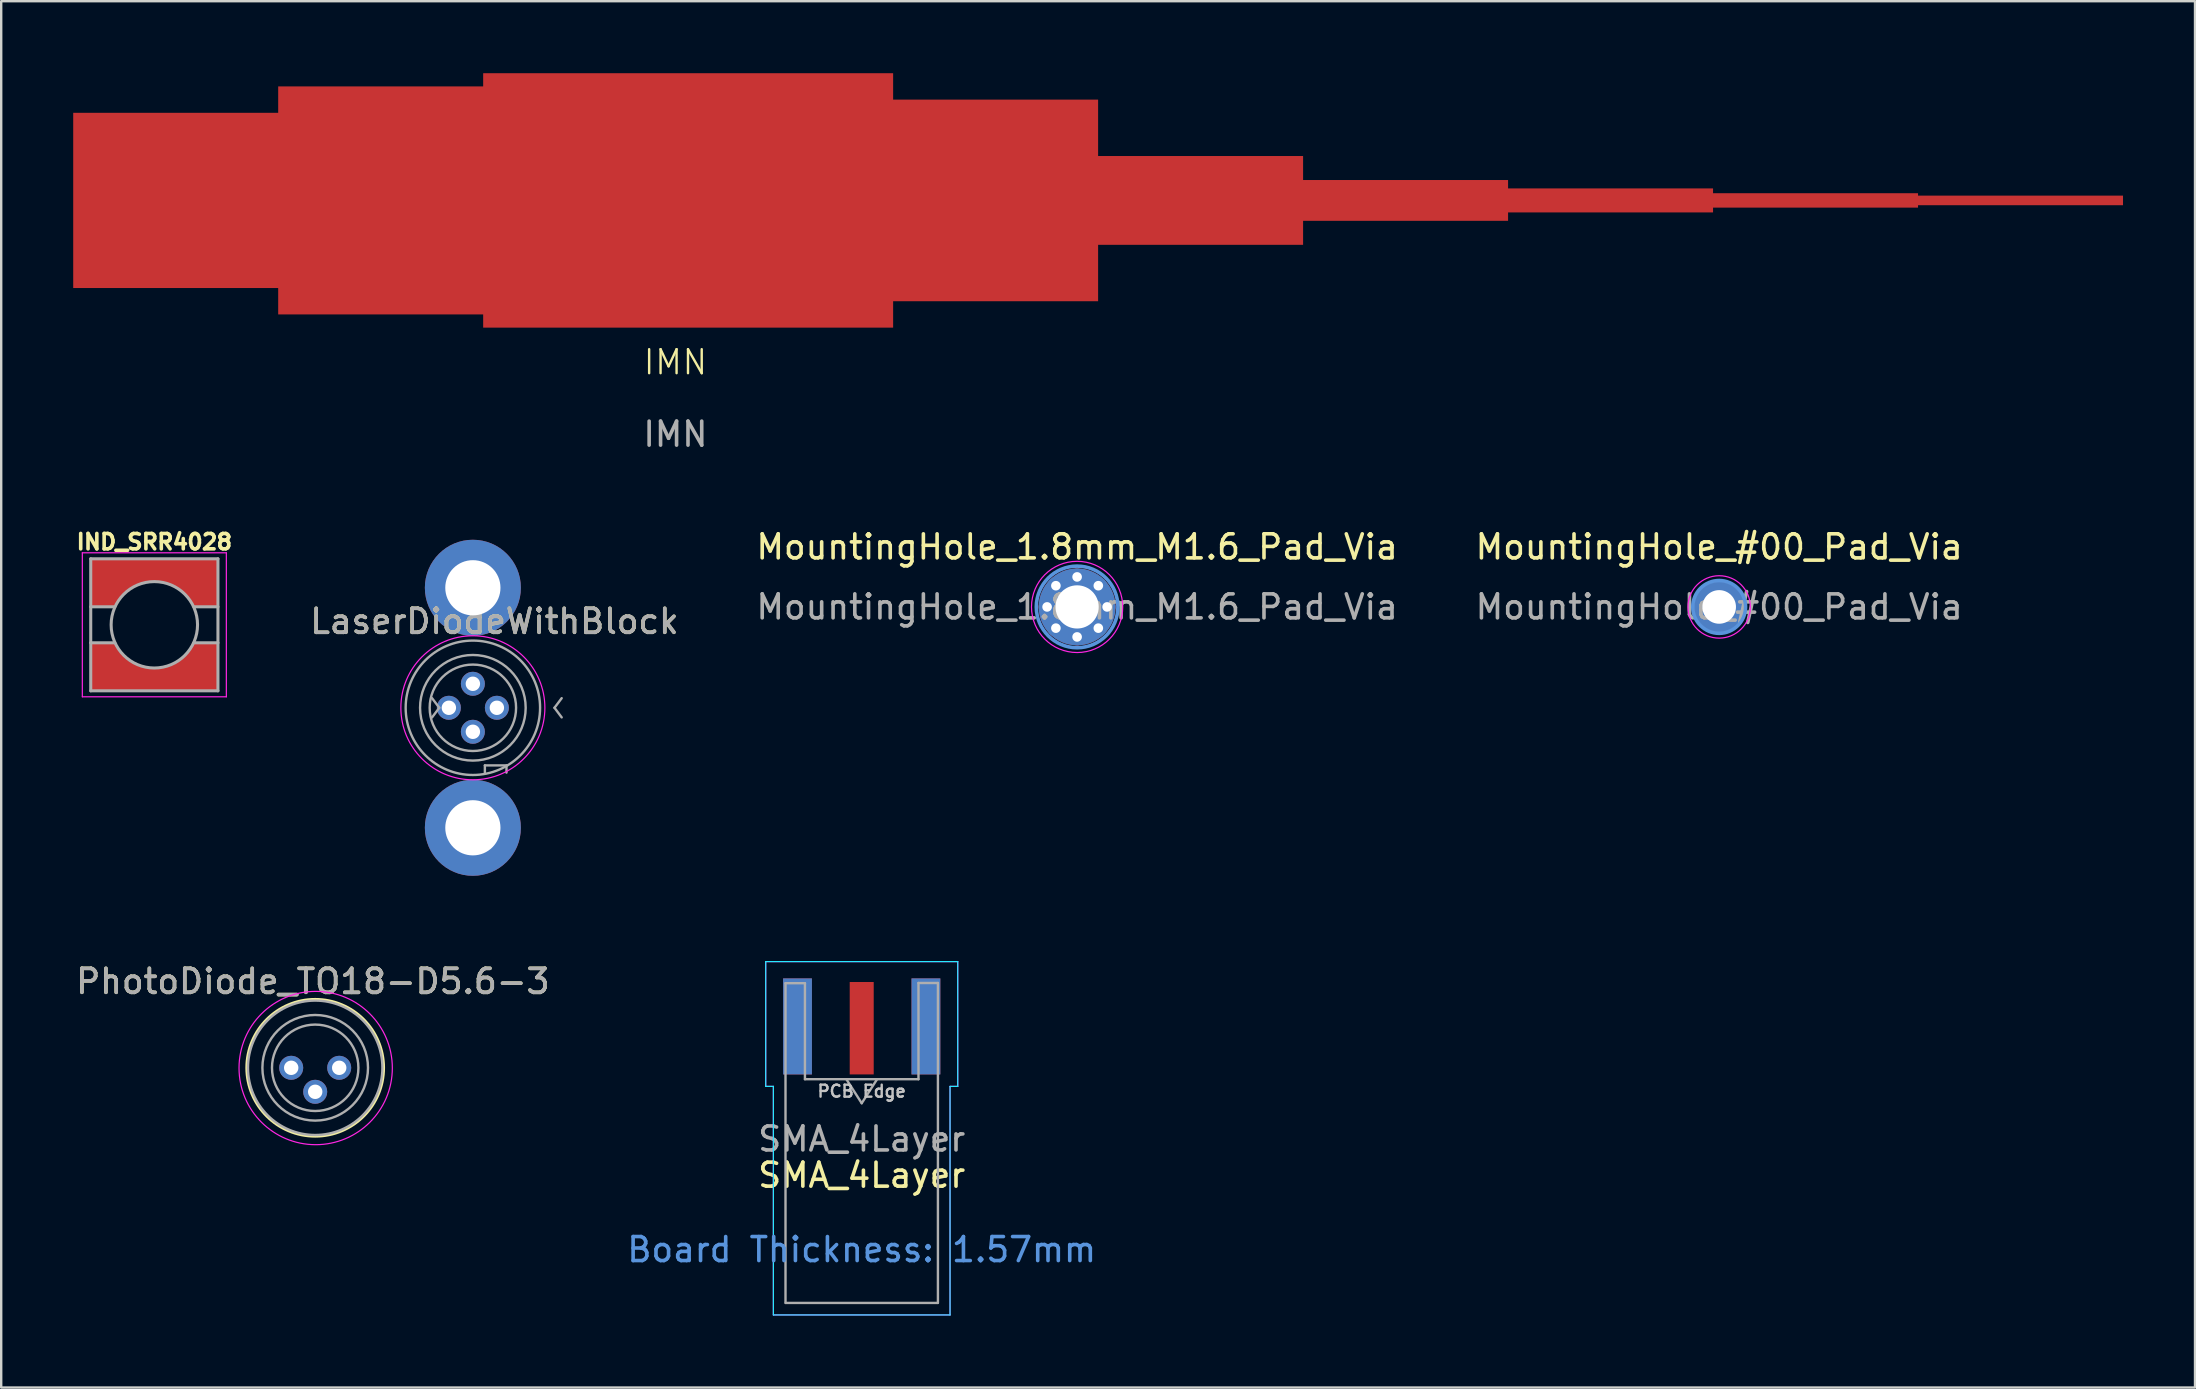
<source format=kicad_pcb>
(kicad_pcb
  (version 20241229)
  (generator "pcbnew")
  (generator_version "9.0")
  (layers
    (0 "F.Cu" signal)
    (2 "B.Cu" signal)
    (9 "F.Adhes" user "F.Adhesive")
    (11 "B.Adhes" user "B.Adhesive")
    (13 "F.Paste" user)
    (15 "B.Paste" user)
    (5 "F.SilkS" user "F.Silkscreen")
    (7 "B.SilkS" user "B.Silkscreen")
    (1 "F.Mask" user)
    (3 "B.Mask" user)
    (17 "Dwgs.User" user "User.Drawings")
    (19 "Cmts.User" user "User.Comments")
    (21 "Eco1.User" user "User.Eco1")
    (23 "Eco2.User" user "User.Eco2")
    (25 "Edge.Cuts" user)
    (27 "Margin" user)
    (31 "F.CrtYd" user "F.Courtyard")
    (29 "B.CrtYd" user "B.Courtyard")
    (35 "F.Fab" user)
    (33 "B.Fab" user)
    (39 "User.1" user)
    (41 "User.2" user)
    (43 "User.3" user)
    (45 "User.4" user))
  (footprint "IND_SRR4028"
    (layer "F.Cu")
    (at 3.38 22.981)
    (property "Reference" "IND_SRR4028" (at 0 -3.454 0) (layer "F.SilkS") (effects (font (size 0.641 0.641) (thickness 0.15))))
    (attr smd)
    (fp_line (start -3 -3) (end -3 3) (stroke (width 0.05) (type solid)) (layer "F.CrtYd"))
    (fp_line (start -3 3) (end 3 3) (stroke (width 0.05) (type solid)) (layer "F.CrtYd"))
    (fp_line (start 3 -3) (end -3 -3) (stroke (width 0.05) (type solid)) (layer "F.CrtYd"))
    (fp_line (start 3 3) (end 3 -3) (stroke (width 0.05) (type solid)) (layer "F.CrtYd"))
    (fp_line (start -2.65 -2.75) (end 2.65 -2.75) (stroke (width 0.127) (type solid)) (layer "F.Fab"))
    (fp_line (start -2.65 2.75) (end -2.65 -2.75) (stroke (width 0.127) (type solid)) (layer "F.Fab"))
    (fp_line (start -1.65 -0.75) (end -2.65 -0.75) (stroke (width 0.127) (type solid)) (layer "F.Fab"))
    (fp_line (start -1.65 0.75) (end -2.65 0.75) (stroke (width 0.127) (type solid)) (layer "F.Fab"))
    (fp_line (start 2.65 -2.75) (end 2.65 2.75) (stroke (width 0.127) (type solid)) (layer "F.Fab"))
    (fp_line (start 2.65 -0.75) (end 1.65 -0.75) (stroke (width 0.127) (type solid)) (layer "F.Fab"))
    (fp_line (start 2.65 0.75) (end 1.65 0.75) (stroke (width 0.127) (type solid)) (layer "F.Fab"))
    (fp_line (start 2.65 2.75) (end -2.65 2.75) (stroke (width 0.127) (type solid)) (layer "F.Fab"))
    (fp_circle (center 0 0) (end 1.8 0) (stroke (width 0.127) (type solid)) (fill no) (layer "F.Fab"))
    (pad "1" smd custom (at 0 -2.295) (size 0.5 0.5) (layers "F.Cu" "F.Mask" "F.Paste") (options (anchor rect)) (primitives (gr_poly (pts (xy -1.65 1.545) (xy -2.65 1.545) (xy -2.65 -0.455) (xy 2.65 -0.455) (xy 2.65 1.545) (xy 1.65 1.545) (xy 1.62 1.484) (xy 1.588 1.423) (xy 1.553 1.364) (xy 1.516 1.306) (xy 1.476 1.25) (xy 1.435 1.194) (xy 1.392 1.141) (xy 1.346 1.089) (xy 1.299 1.039) (xy 1.25 0.991) (xy 1.199 0.945) (xy 1.146 0.901) (xy 1.092 0.858) (xy 1.036 0.818) (xy 0.979 0.78) (xy 0.92 0.744) (xy 0.86 0.711) (xy 0.799 0.679) (xy 0.736 0.65) (xy 0.673 0.624) (xy 0.608 0.599) (xy 0.543 0.578) (xy 0.477 0.558) (xy 0.41 0.542) (xy 0.343 0.527) (xy 0.275 0.516) (xy 0.207 0.507) (xy 0.138 0.5) (xy 0.07 0.496) (xy 0 0.495) (xy -0.07 0.496) (xy -0.138 0.5) (xy -0.207 0.507) (xy -0.275 0.516) (xy -0.343 0.527) (xy -0.41 0.542) (xy -0.477 0.558) (xy -0.543 0.578) (xy -0.608 0.599) (xy -0.673 0.624) (xy -0.736 0.65) (xy -0.799 0.679) (xy -0.86 0.711) (xy -0.92 0.744) (xy -0.979 0.78) (xy -1.036 0.818) (xy -1.092 0.858) (xy -1.146 0.901) (xy -1.199 0.945) (xy -1.25 0.991) (xy -1.299 1.039) (xy -1.346 1.089) (xy -1.392 1.141) (xy -1.435 1.194) (xy -1.476 1.25) (xy -1.516 1.306) (xy -1.553 1.364) (xy -1.588 1.423) (xy -1.62 1.484) (xy -1.65 1.545)) (width 0) (fill yes))))
    (pad "2" smd custom (at 0 2.295) (size 0.5 0.5) (layers "F.Cu" "F.Mask" "F.Paste") (options (anchor rect)) (primitives (gr_poly (pts (xy 1.65 -1.545) (xy 2.65 -1.545) (xy 2.65 0.455) (xy -2.65 0.455) (xy -2.65 -1.545) (xy -1.65 -1.545) (xy -1.62 -1.484) (xy -1.588 -1.423) (xy -1.553 -1.364) (xy -1.516 -1.306) (xy -1.476 -1.25) (xy -1.435 -1.194) (xy -1.392 -1.141) (xy -1.346 -1.089) (xy -1.299 -1.039) (xy -1.25 -0.991) (xy -1.199 -0.945) (xy -1.146 -0.901) (xy -1.092 -0.858) (xy -1.036 -0.818) (xy -0.979 -0.78) (xy -0.92 -0.744) (xy -0.86 -0.711) (xy -0.799 -0.679) (xy -0.736 -0.65) (xy -0.673 -0.624) (xy -0.608 -0.599) (xy -0.543 -0.578) (xy -0.477 -0.558) (xy -0.41 -0.542) (xy -0.343 -0.527) (xy -0.275 -0.516) (xy -0.207 -0.507) (xy -0.138 -0.5) (xy -0.07 -0.496) (xy 0 -0.495) (xy 0.07 -0.496) (xy 0.138 -0.5) (xy 0.207 -0.507) (xy 0.275 -0.516) (xy 0.343 -0.527) (xy 0.41 -0.542) (xy 0.477 -0.558) (xy 0.543 -0.578) (xy 0.608 -0.599) (xy 0.673 -0.624) (xy 0.736 -0.65) (xy 0.799 -0.679) (xy 0.86 -0.711) (xy 0.92 -0.744) (xy 0.979 -0.78) (xy 1.036 -0.818) (xy 1.092 -0.858) (xy 1.146 -0.901) (xy 1.199 -0.945) (xy 1.25 -0.991) (xy 1.299 -1.039) (xy 1.346 -1.089) (xy 1.392 -1.141) (xy 1.435 -1.194) (xy 1.476 -1.25) (xy 1.516 -1.306) (xy 1.553 -1.364) (xy 1.588 -1.423) (xy 1.62 -1.484) (xy 1.65 -1.545)) (width 0) (fill yes)))))
  (footprint "MountingHole_#00_Pad_Via"
    (layer "F.Cu")
    (at 68.575 22.236)
    (property "Reference" "MountingHole_#00_Pad_Via" (at 0 -2.5 0) (layer "F.SilkS") (effects (font (size 1 1) (thickness 0.15))))
    (attr exclude_from_pos_files exclude_from_bom)
    (fp_circle (center 0 0) (end 1.1 0) (stroke (width 0.15) (type solid)) (fill no) (layer "Cmts.User"))
    (fp_circle (center 0 0) (end 1.3 0) (stroke (width 0.05) (type solid)) (fill no) (layer "F.CrtYd"))
    (fp_text user "${REFERENCE}" (at 0 0 0) (layer "F.Fab") (effects (font (size 1 1) (thickness 0.15))))
    (pad "1" thru_hole circle (at 0 0) (size 2.1 2.1) (drill 1.4) (layers "*.Cu" "*.Mask")))
  (footprint "MountingHole_1.8mm_M1.6_Pad_Via"
    (layer "F.Cu")
    (at 41.825 22.236)
    (property "Reference" "MountingHole_1.8mm_M1.6_Pad_Via" (at 0 -2.5 0) (layer "F.SilkS") (effects (font (size 1 1) (thickness 0.15))))
    (attr exclude_from_pos_files exclude_from_bom)
    (fp_circle (center 0 0) (end 1.7 0) (stroke (width 0.15) (type solid)) (fill no) (layer "Cmts.User"))
    (fp_circle (center 0 0) (end 1.9 0) (stroke (width 0.05) (type solid)) (fill no) (layer "F.CrtYd"))
    (fp_text user "${REFERENCE}" (at 0 0 0) (layer "F.Fab") (effects (font (size 1 1) (thickness 0.15))))
    (pad "1" thru_hole circle (at -1.25 0) (size 0.7 0.7) (drill 0.4) (layers "*.Cu" "*.Mask"))
    (pad "1" thru_hole circle (at -0.884 -0.884) (size 0.7 0.7) (drill 0.4) (layers "*.Cu" "*.Mask"))
    (pad "1" thru_hole circle (at -0.884 0.884) (size 0.7 0.7) (drill 0.4) (layers "*.Cu" "*.Mask"))
    (pad "1" thru_hole circle (at 0 -1.25) (size 0.7 0.7) (drill 0.4) (layers "*.Cu" "*.Mask"))
    (pad "1" thru_hole circle (at 0 0) (size 3.2 3.2) (drill 1.8) (layers "*.Cu" "*.Mask"))
    (pad "1" thru_hole circle (at 0 1.25) (size 0.7 0.7) (drill 0.4) (layers "*.Cu" "*.Mask"))
    (pad "1" thru_hole circle (at 0.884 -0.884) (size 0.7 0.7) (drill 0.4) (layers "*.Cu" "*.Mask"))
    (pad "1" thru_hole circle (at 0.884 0.884) (size 0.7 0.7) (drill 0.4) (layers "*.Cu" "*.Mask"))
    (pad "1" thru_hole circle (at 1.25 0) (size 0.7 0.7) (drill 0.4) (layers "*.Cu" "*.Mask")))
  (footprint "IMN"
    (layer "F.Cu")
    (at 25.08 5.3)
    (property "Reference" "IMN" (at 0.01 6.74 0) (unlocked yes) (layer "F.SilkS") (effects (font (size 1 1) (thickness 0.1))))
    (attr smd)
    (fp_poly (pts (xy -25.08 3.65) (xy -25.08 -3.65) (xy -16.54 -3.65) (xy -16.54 -4.75) (xy -8 -4.75) (xy -8 -5.3) (xy 9.08 -5.3) (xy 9.08 -4.2) (xy 17.62 -4.2) (xy 17.62 -1.85) (xy 26.16 -1.85) (xy 26.16 -0.85) (xy 34.7 -0.85) (xy 34.7 -0.5) (xy 43.24 -0.5) (xy 43.24 -0.3) (xy 51.78 -0.3) (xy 51.78 -0.2) (xy 60.32 -0.2) (xy 60.32 0.2) (xy 51.78 0.2) (xy 51.78 0.3) (xy 43.24 0.3) (xy 43.24 0.5) (xy 34.7 0.5) (xy 34.7 0.85) (xy 26.16 0.85) (xy 26.16 1.85) (xy 17.62 1.85) (xy 17.62 4.2) (xy 9.08 4.2) (xy 9.08 5.3) (xy -8 5.3) (xy -8 4.75) (xy -16.54 4.75) (xy -16.54 3.65)) (stroke (width 0) (type solid)) (fill yes) (layer "F.Cu"))
    (fp_text user "${REFERENCE}" (at 0.01 9.74 0) (unlocked yes) (layer "F.Fab") (effects (font (size 1 1) (thickness 0.15)))))
  (footprint "LaserDiodeWithBlock"
    (layer "F.Cu")
    (at 16.651 26.438)
    (property "Reference" "LaserDiodeWithBlock" (at 0.9 -3.6 0) (layer "F.SilkS") (effects (font (size 1 1) (thickness 0.15))))
    (attr through_hole)
    (fp_circle (center 0 0) (end 3 0) (stroke (width 0.05) (type solid)) (fill no) (layer "F.CrtYd"))
    (fp_line (start -1.4 0) (end -1.7 -0.4) (stroke (width 0.1) (type solid)) (layer "F.Fab"))
    (fp_line (start -1.4 0) (end -1.7 0.4) (stroke (width 0.1) (type solid)) (layer "F.Fab"))
    (fp_line (start 0.5 2.4) (end 1.4 2.4) (stroke (width 0.1) (type solid)) (layer "F.Fab"))
    (fp_line (start 0.5 2.7) (end 0.5 2.4) (stroke (width 0.1) (type solid)) (layer "F.Fab"))
    (fp_line (start 1.4 2.4) (end 1.4 2.7) (stroke (width 0.1) (type solid)) (layer "F.Fab"))
    (fp_line (start 3.4 0) (end 3.7 0.4) (stroke (width 0.1) (type solid)) (layer "F.Fab"))
    (fp_line (start 3.7 -0.4) (end 3.4 0) (stroke (width 0.1) (type solid)) (layer "F.Fab"))
    (fp_circle (center 0 0) (end 1.8 0) (stroke (width 0.1) (type solid)) (fill no) (layer "F.Fab"))
    (fp_circle (center 0 0) (end 2.2 0) (stroke (width 0.1) (type solid)) (fill no) (layer "F.Fab"))
    (fp_circle (center 0 0) (end 2.8 0) (stroke (width 0.1) (type solid)) (fill no) (layer "F.Fab"))
    (fp_rect (start -4 -7.5) (end 4 7.5) (stroke (width 0.1) (type default)) (fill no) (layer "User.1"))
    (fp_text user "${REFERENCE}" (at 0.9 -3.6 0) (layer "F.Fab") (effects (font (size 1 1) (thickness 0.15))))
    (pad "1" thru_hole circle (at 0 -5) (size 4 4) (drill 2.3) (layers "*.Cu" "*.Mask"))
    (pad "1" thru_hole circle (at 0 1) (size 1 1) (drill 0.6) (layers "*.Cu" "*.Mask"))
    (pad "1" thru_hole circle (at 0 5) (size 4 4) (drill 2.3) (layers "*.Cu" "*.Mask"))
    (pad "2" thru_hole circle (at 1 0) (size 1 1) (drill 0.6) (layers "*.Cu" "*.Mask"))
    (pad "3" thru_hole circle (at -1 0 45) (size 1 1) (drill 0.6) (layers "*.Cu" "*.Mask"))
    (pad "4" thru_hole circle (at 0 -1) (size 1 1) (drill 0.6) (layers "*.Cu" "*.Mask")))
  (footprint "SMA_4Layer"
    (layer "F.Cu")
    (at 32.851 41.713)
    (property "Reference" "SMA_4Layer" (at 0 4.2 0) (layer "F.SilkS") (effects (font (size 1 1) (thickness 0.15))))
    (attr smd)
    (fp_line (start -4 -4.7) (end 4 -4.7) (stroke (width 0.05) (type solid)) (layer "B.CrtYd"))
    (fp_line (start -4 0.5) (end -4 -4.7) (stroke (width 0.05) (type solid)) (layer "B.CrtYd"))
    (fp_line (start -3.68 0.5) (end -4 0.5) (stroke (width 0.05) (type solid)) (layer "B.CrtYd"))
    (fp_line (start -3.68 10.02) (end -3.68 0.5) (stroke (width 0.05) (type solid)) (layer "B.CrtYd"))
    (fp_line (start 3.68 0.5) (end 3.68 10.02) (stroke (width 0.05) (type solid)) (layer "B.CrtYd"))
    (fp_line (start 3.68 10.02) (end -3.68 10.02) (stroke (width 0.05) (type solid)) (layer "B.CrtYd"))
    (fp_line (start 4 0.5) (end 3.68 0.5) (stroke (width 0.05) (type solid)) (layer "B.CrtYd"))
    (fp_line (start 4 0.5) (end 4 -4.7) (stroke (width 0.05) (type solid)) (layer "B.CrtYd"))
    (fp_line (start -4 -4.7) (end 4 -4.7) (stroke (width 0.05) (type solid)) (layer "F.CrtYd"))
    (fp_line (start -4 0.5) (end -4 -4.7) (stroke (width 0.05) (type solid)) (layer "F.CrtYd"))
    (fp_line (start -3.68 0.5) (end -4 0.5) (stroke (width 0.05) (type solid)) (layer "F.CrtYd"))
    (fp_line (start -3.68 10.02) (end -3.68 0.5) (stroke (width 0.05) (type solid)) (layer "F.CrtYd"))
    (fp_line (start 3.68 0.5) (end 3.68 10.02) (stroke (width 0.05) (type solid)) (layer "F.CrtYd"))
    (fp_line (start 3.68 0.5) (end 4 0.5) (stroke (width 0.05) (type solid)) (layer "F.CrtYd"))
    (fp_line (start 3.68 10.02) (end -3.68 10.02) (stroke (width 0.05) (type solid)) (layer "F.CrtYd"))
    (fp_line (start 4 0.5) (end 4 -4.7) (stroke (width 0.05) (type solid)) (layer "F.CrtYd"))
    (fp_line (start -3.175 -3.8) (end -3.175 9.52) (stroke (width 0.1) (type solid)) (layer "F.Fab"))
    (fp_line (start -2.365 -3.8) (end -3.175 -3.8) (stroke (width 0.1) (type solid)) (layer "F.Fab"))
    (fp_line (start -2.365 0.2) (end -2.365 -3.8) (stroke (width 0.1) (type solid)) (layer "F.Fab"))
    (fp_line (start 0 1.2) (end -0.64 0.2) (stroke (width 0.1) (type solid)) (layer "F.Fab"))
    (fp_line (start 0.64 0.2) (end 0 1.2) (stroke (width 0.1) (type solid)) (layer "F.Fab"))
    (fp_line (start 2.365 -3.81) (end 2.365 0.2) (stroke (width 0.1) (type default)) (layer "F.Fab"))
    (fp_line (start 2.365 0.2) (end -2.365 0.2) (stroke (width 0.1) (type solid)) (layer "F.Fab"))
    (fp_line (start 3.165 9.52) (end -3.165 9.52) (stroke (width 0.1) (type solid)) (layer "F.Fab"))
    (fp_line (start 3.175 -3.81) (end 2.365 -3.81) (stroke (width 0.1) (type solid)) (layer "F.Fab"))
    (fp_line (start 3.175 -3.81) (end 3.175 9.52) (stroke (width 0.1) (type solid)) (layer "F.Fab"))
    (fp_text user "PCB Edge" (at 0 0.7 0) (layer "Dwgs.User") (effects (font (size 0.5 0.5) (thickness 0.1))))
    (fp_text user "Board Thickness: 1.57mm" (at 0 7.3 0) (layer "Cmts.User") (effects (font (size 1 1) (thickness 0.15))))
    (fp_text user "${REFERENCE}" (at 0 2.69 180) (layer "F.Fab") (effects (font (size 1 1) (thickness 0.15))))
    (pad "1" smd rect (at 0 -1.925) (size 1 3.85) (layers "F.Cu" "F.Mask" "F.Paste"))
    (pad "2" smd rect (at -2.675 -2) (size 1.2 4) (layers "F.Cu" "F.Mask" "F.Paste"))
    (pad "2" smd rect (at -2.675 -2) (size 1.2 4) (layers "B.Cu" "B.Mask" "B.Paste"))
    (pad "2" smd rect (at 2.675 -2) (size 1.2 4) (layers "F.Cu" "F.Mask" "F.Paste"))
    (pad "2" smd rect (at 2.675 -2) (size 1.2 4) (layers "B.Cu" "B.Mask" "B.Paste"))
    (zone (net_name "") (layer "F.Cu") (name "SMA Keepout Top") (hatch edge 0.5) (connect_pads) (min_thickness 0.25) (filled_areas_thickness no) (keepout (tracks allowed) (vias not_allowed) (pads allowed) (copperpour not_allowed) (footprints not_allowed)) (placement (enabled no)) (fill) (polygon (pts (xy 31.851 41.913) (xy 31.851 37.413) (xy 33.851 37.413) (xy 33.851 41.913))))
    (zone (net_name "") (layer "In1.Cu") (name "SMA Layer 2 Keepout") (hatch edge 0.5) (connect_pads) (min_thickness 0.25) (filled_areas_thickness no) (keepout (tracks not_allowed) (vias not_allowed) (pads not_allowed) (copperpour not_allowed) (footprints not_allowed)) (placement (enabled no)) (fill) (polygon (pts (xy 31.651 41.913) (xy 34.051 41.913) (xy 34.051 37.413) (xy 31.651 37.413)))))
  (footprint "PhotoDiode_TO18-D5.6-3"
    (layer "F.Cu")
    (at 9.082 41.437)
    (property "Reference" "PhotoDiode_TO18-D5.6-3" (at 0.9 -3.6 0) (layer "F.SilkS") (effects (font (size 1 1) (thickness 0.15))))
    (attr through_hole)
    (fp_circle (center 1 0) (end -1.85 0) (stroke (width 0.12) (type solid)) (fill no) (layer "F.SilkS"))
    (fp_circle (center 1.02 0.01) (end 3.85 1.49) (stroke (width 0.05) (type solid)) (fill no) (layer "F.CrtYd"))
    (fp_circle (center 1 0) (end -1.8 0) (stroke (width 0.1) (type solid)) (fill no) (layer "F.Fab"))
    (fp_circle (center 1 0) (end 2.8 0) (stroke (width 0.1) (type solid)) (fill no) (layer "F.Fab"))
    (fp_circle (center 1 0) (end 3.2 0) (stroke (width 0.1) (type solid)) (fill no) (layer "F.Fab"))
    (fp_text user "${REFERENCE}" (at 0.9 -3.6 0) (layer "F.Fab") (effects (font (size 1 1) (thickness 0.15))))
    (pad "1" thru_hole circle (at 0 0 45) (size 1 1) (drill 0.6) (layers "*.Cu" "*.Mask"))
    (pad "2" thru_hole circle (at 1 1) (size 1 1) (drill 0.6) (layers "*.Cu" "*.Mask"))
    (pad "3" thru_hole circle (at 2 0) (size 1 1) (drill 0.6) (layers "*.Cu" "*.Mask")))
  (gr_rect
    (start -3 -3)
    (end 88.4 54.758)
    (stroke (width 0.1) (type default))
    (fill no)
    (layer "Edge.Cuts")))
</source>
